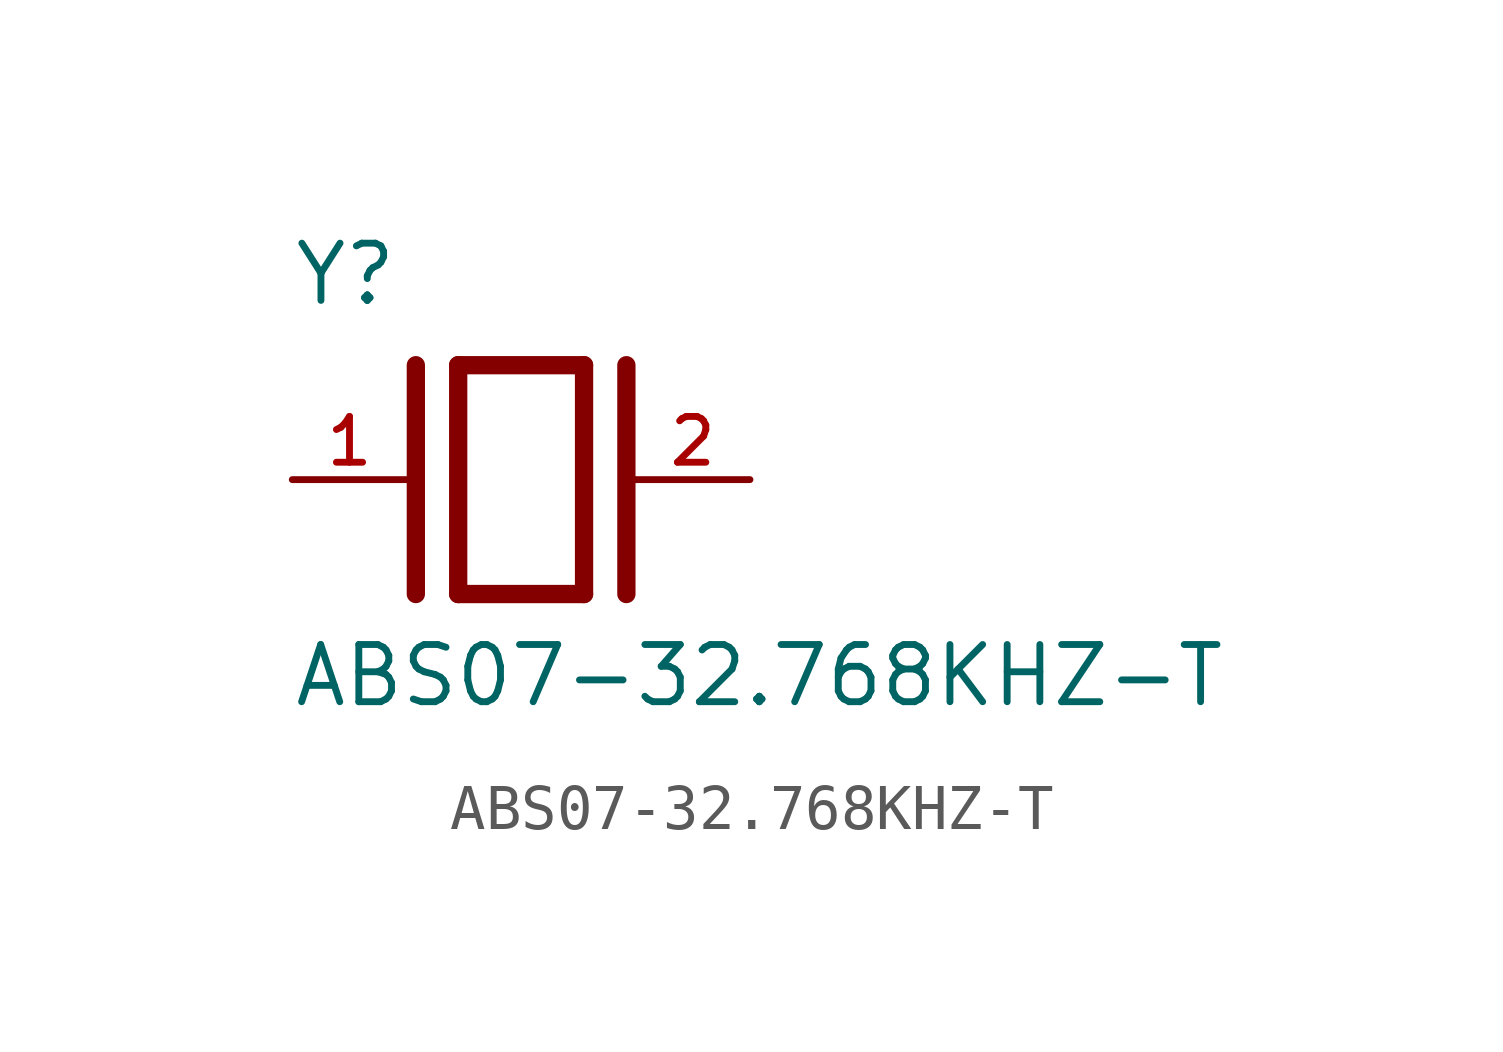
<source format=kicad_sym>
(kicad_symbol_lib
  (version 20231120)
  (generator "kicad_symbol_editor")
  (generator_version "8.0")
  (symbol "ABS07-32.768KHZ-T"
    (pin_names
      (offset 1.016))
    (property "Reference" "Y"
      (at -5.088 3.816 0)
      (effects (font (size 1.27 1.27)) (justify left bottom)))
    (property "Value" "ABS07-32.768KHZ-T"
      (at -5.094 -5.094 0)
      (effects (font (size 1.27 1.27)) (justify left bottom)))
    (symbol "ABS07-32.768KHZ-T_0_0"
      (polyline (pts (xy -2.337 2.54) (xy -2.337 -2.54)) (stroke (width 0.406) (type default)) (fill (type none)))
      (polyline (pts (xy -1.397 2.54) (xy -1.397 -2.54)) (stroke (width 0.406) (type default)) (fill (type none)))
      (polyline (pts (xy -1.397 2.54) (xy 1.397 2.54)) (stroke (width 0.406) (type default)) (fill (type none)))
      (polyline (pts (xy 1.397 -2.54) (xy -1.397 -2.54)) (stroke (width 0.406) (type default)) (fill (type none)))
      (polyline (pts (xy 1.397 2.54) (xy 1.397 -2.54)) (stroke (width 0.406) (type default)) (fill (type none)))
      (polyline (pts (xy 2.337 2.54) (xy 2.337 -2.54)) (stroke (width 0.406) (type default)) (fill (type none)))
      (pin passive line (at -5.08 0 0) (length 2.54) (name "~" (effects (font (size 1.016 1.016)))) (number "1" (effects (font (size 1.016 1.016)))))
      (pin passive line (at 5.08 0 180) (length 2.54) (name "~" (effects (font (size 1.016 1.016)))) (number "2" (effects (font (size 1.016 1.016))))))))
</source>
